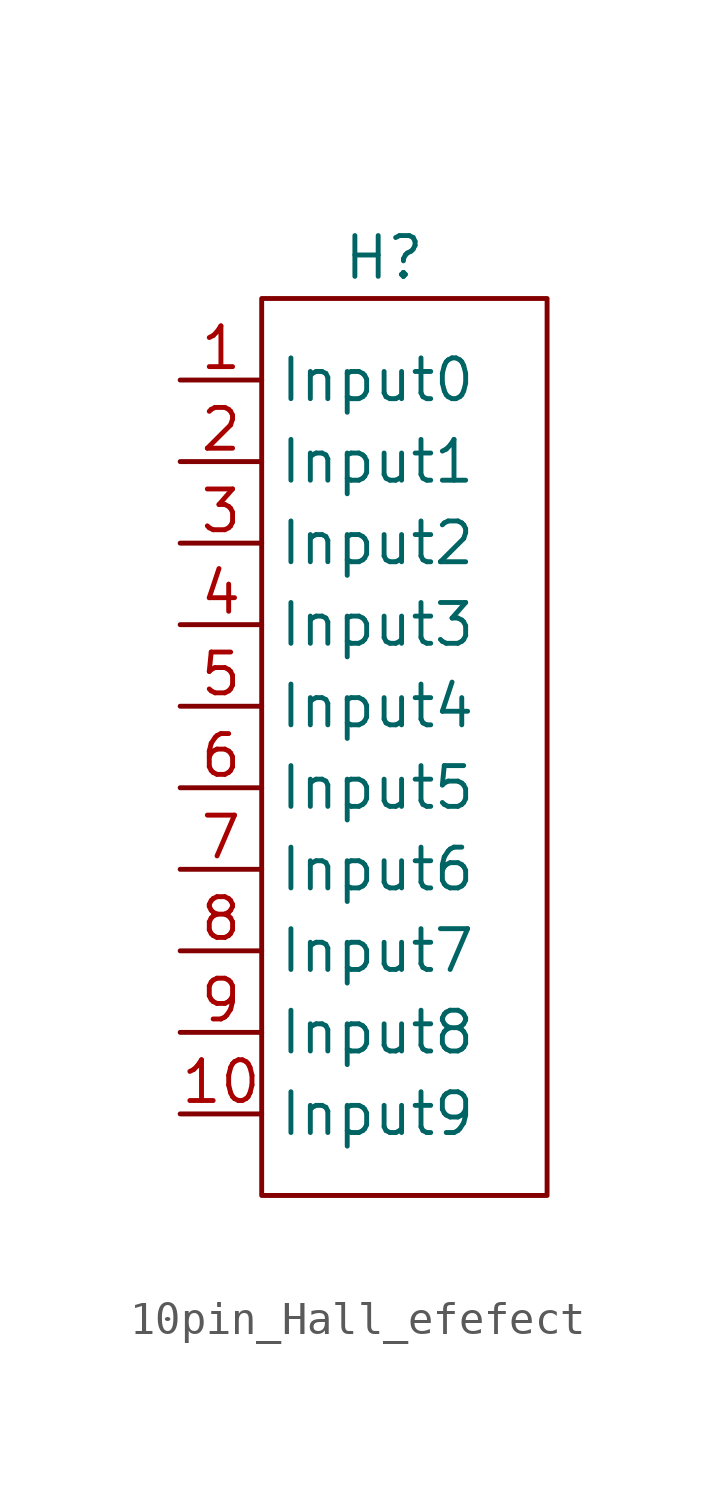
<source format=kicad_sym>
(kicad_symbol_lib
  (version 20220914)
  (generator kicad_symbol_editor)
  (symbol "10pin_Hall_efefect"
    (property "Reference" "H"
      (at 1.27 1.27 0)
      (effects (font (size 1.27 1.27))))
    (property "Value" ""
      (at 0 0 0)
      (effects (font (size 1.27 1.27))))
    (symbol "10pin_Hall_efefect_1_1"
      (rectangle (start -2.54 0) (end 6.35 -27.94) (stroke (width 0) (type default)) (fill (type none)))
      (pin passive line (at -5.08 -2.54 0) (length 2.54) (name "Input0" (effects (font (size 1.27 1.27)))) (number "1" (effects (font (size 1.27 1.27)))))
      (pin passive line (at -5.08 -25.4 0) (length 2.54) (name "Input9" (effects (font (size 1.27 1.27)))) (number "10" (effects (font (size 1.27 1.27)))))
      (pin passive line (at -5.08 -5.08 0) (length 2.54) (name "Input1" (effects (font (size 1.27 1.27)))) (number "2" (effects (font (size 1.27 1.27)))))
      (pin passive line (at -5.08 -7.62 0) (length 2.54) (name "Input2" (effects (font (size 1.27 1.27)))) (number "3" (effects (font (size 1.27 1.27)))))
      (pin passive line (at -5.08 -10.16 0) (length 2.54) (name "Input3" (effects (font (size 1.27 1.27)))) (number "4" (effects (font (size 1.27 1.27)))))
      (pin passive line (at -5.08 -12.7 0) (length 2.54) (name "Input4" (effects (font (size 1.27 1.27)))) (number "5" (effects (font (size 1.27 1.27)))))
      (pin passive line (at -5.08 -15.24 0) (length 2.54) (name "Input5" (effects (font (size 1.27 1.27)))) (number "6" (effects (font (size 1.27 1.27)))))
      (pin passive line (at -5.08 -17.78 0) (length 2.54) (name "Input6" (effects (font (size 1.27 1.27)))) (number "7" (effects (font (size 1.27 1.27)))))
      (pin passive line (at -5.08 -20.32 0) (length 2.54) (name "Input7" (effects (font (size 1.27 1.27)))) (number "8" (effects (font (size 1.27 1.27)))))
      (pin passive line (at -5.08 -22.86 0) (length 2.54) (name "Input8" (effects (font (size 1.27 1.27)))) (number "9" (effects (font (size 1.27 1.27))))))))
</source>
